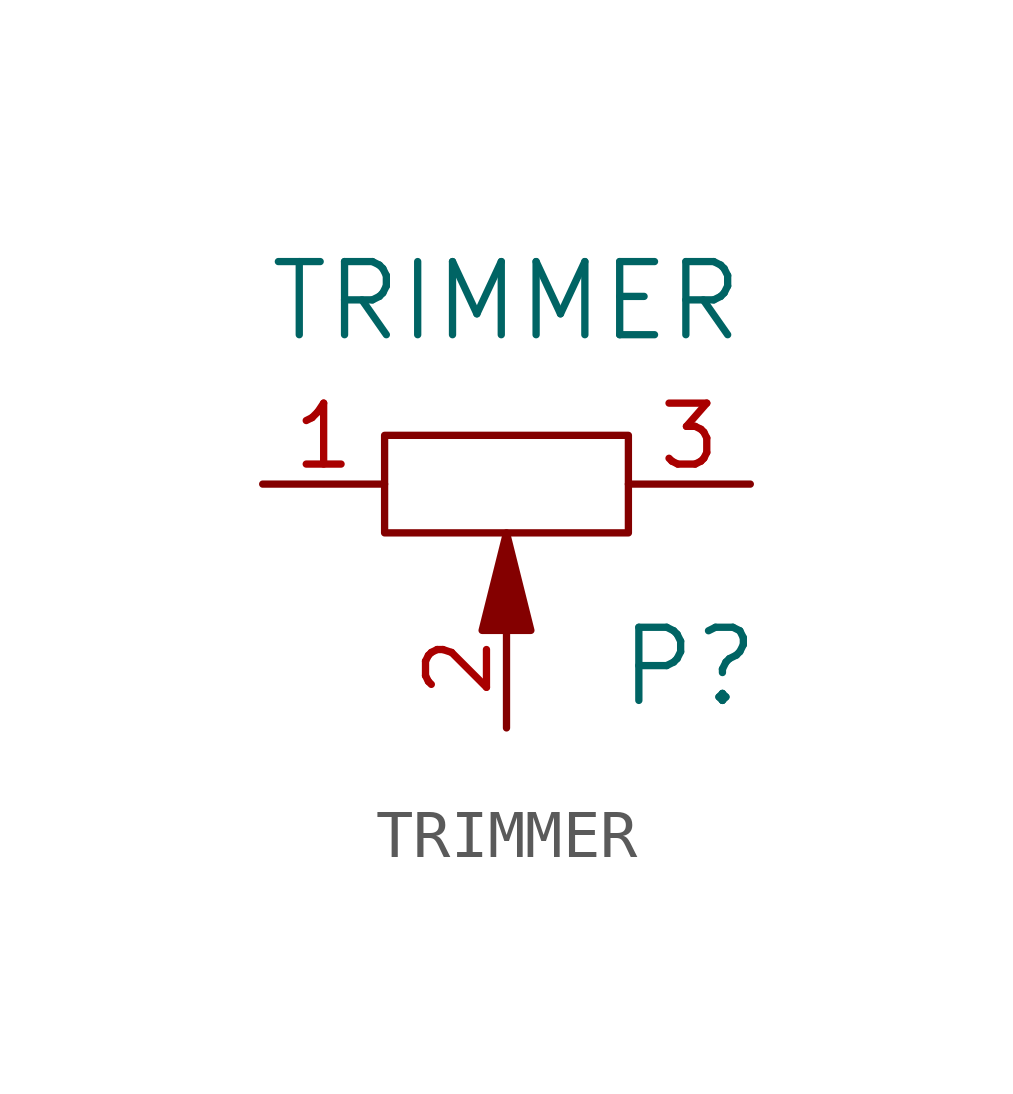
<source format=kicad_sym>
(kicad_symbol_lib
  (version 20211014)
  (generator kicad_symbol_editor)
  (symbol "TRIMMER"
    (pin_names
      (offset 1.016) hide)
    (property "Reference" "P"
      (at 3.81 -3.81 0)
      (effects (font (size 1.524 1.524))))
    (property "Value" "TRIMMER"
      (at 0 3.81 0)
      (effects (font (size 1.524 1.524))))
    (property "Footprint" ""
      (at 0 0 0)
      (effects (font (size 1.524 1.524))))
    (property "Datasheet" ""
      (at 0 0 0)
      (effects (font (size 1.524 1.524))))
    (symbol "TRIMMER_0_0"
      (rectangle (start -2.54 1.016) (end 2.54 -1.016) (stroke (width 0) (type default) (color 0 0 0 0)) (fill (type none))))
    (symbol "TRIMMER_0_1"
      (polyline (pts (xy 0 -1.016) (xy -0.508 -3.048) (xy 0.508 -3.048) (xy 0 -1.016)) (stroke (width 0) (type default) (color 0 0 0 0)) (fill (type outline))))
    (symbol "TRIMMER_1_1"
      (pin passive line (at -5.08 0 0) (length 2.54) (name "1" (effects (font (size 1.27 1.27)))) (number "1" (effects (font (size 1.27 1.27)))))
      (pin passive line (at 0 -5.08 90) (length 2.54) (name "2" (effects (font (size 1.27 1.27)))) (number "2" (effects (font (size 1.27 1.27)))))
      (pin passive line (at 5.08 0 180) (length 2.54) (name "3" (effects (font (size 1.27 1.27)))) (number "3" (effects (font (size 1.27 1.27))))))))
</source>
